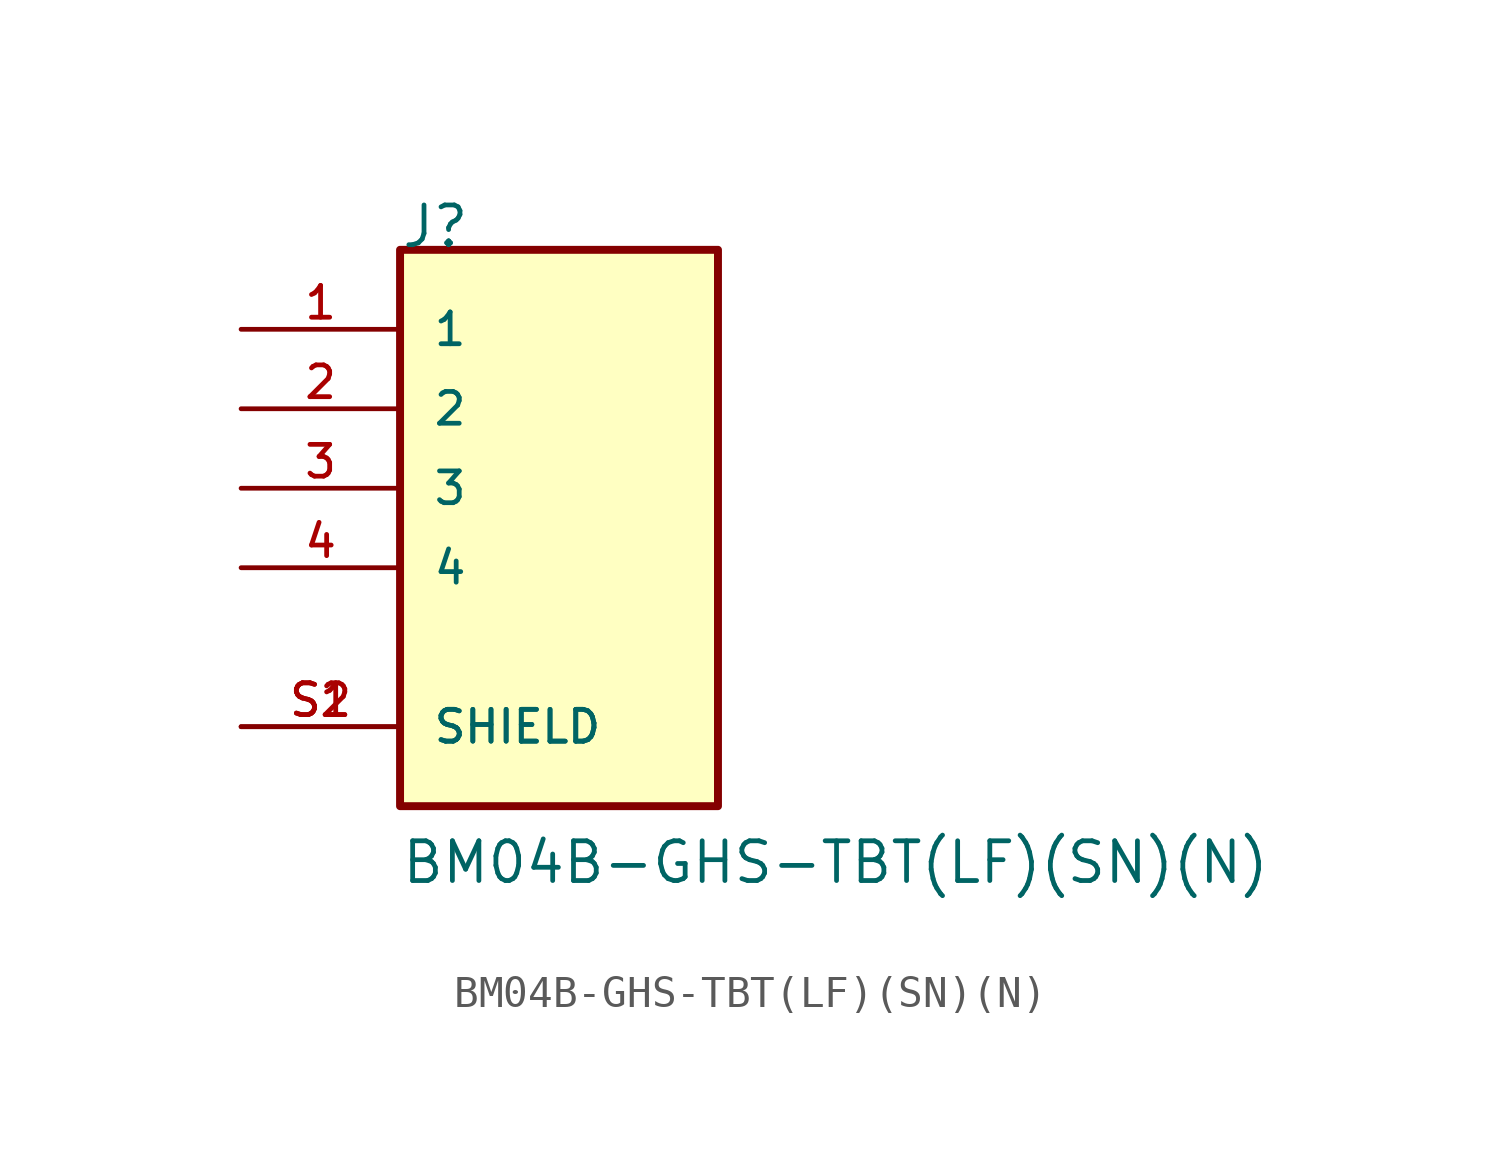
<source format=kicad_sym>
(kicad_symbol_lib
  (version 20211014)
  (generator kicad_symbol_editor)
  (symbol "BM04B-GHS-TBT(LF)(SN)(N)"
    (pin_names
      (offset 1.016))
    (property "Reference" "J"
      (at -5.08 7.62 0)
      (effects (font (size 1.27 1.27)) (justify bottom left)))
    (property "Value" "BM04B-GHS-TBT(LF)(SN)(N)"
      (at -5.08 -12.7 0)
      (effects (font (size 1.27 1.27)) (justify bottom left)))
    (symbol "BM04B-GHS-TBT(LF)(SN)(N)_0_0"
      (rectangle (start -5.08 -10.16) (end 5.08 7.62) (stroke (width 0.254)) (fill (type background)))
      (pin passive line (at -10.16 5.08 0) (length 5.08) (name "1" (effects (font (size 1.016 1.016)))) (number "1" (effects (font (size 1.016 1.016)))))
      (pin passive line (at -10.16 2.54 0) (length 5.08) (name "2" (effects (font (size 1.016 1.016)))) (number "2" (effects (font (size 1.016 1.016)))))
      (pin passive line (at -10.16 0.0 0) (length 5.08) (name "3" (effects (font (size 1.016 1.016)))) (number "3" (effects (font (size 1.016 1.016)))))
      (pin passive line (at -10.16 -2.54 0) (length 5.08) (name "4" (effects (font (size 1.016 1.016)))) (number "4" (effects (font (size 1.016 1.016)))))
      (pin passive line (at -10.16 -7.62 0) (length 5.08) (name "SHIELD" (effects (font (size 1.016 1.016)))) (number "S1" (effects (font (size 1.016 1.016)))))
      (pin passive line (at -10.16 -7.62 0) (length 5.08) (name "SHIELD" (effects (font (size 1.016 1.016)))) (number "S2" (effects (font (size 1.016 1.016))))))))
</source>
